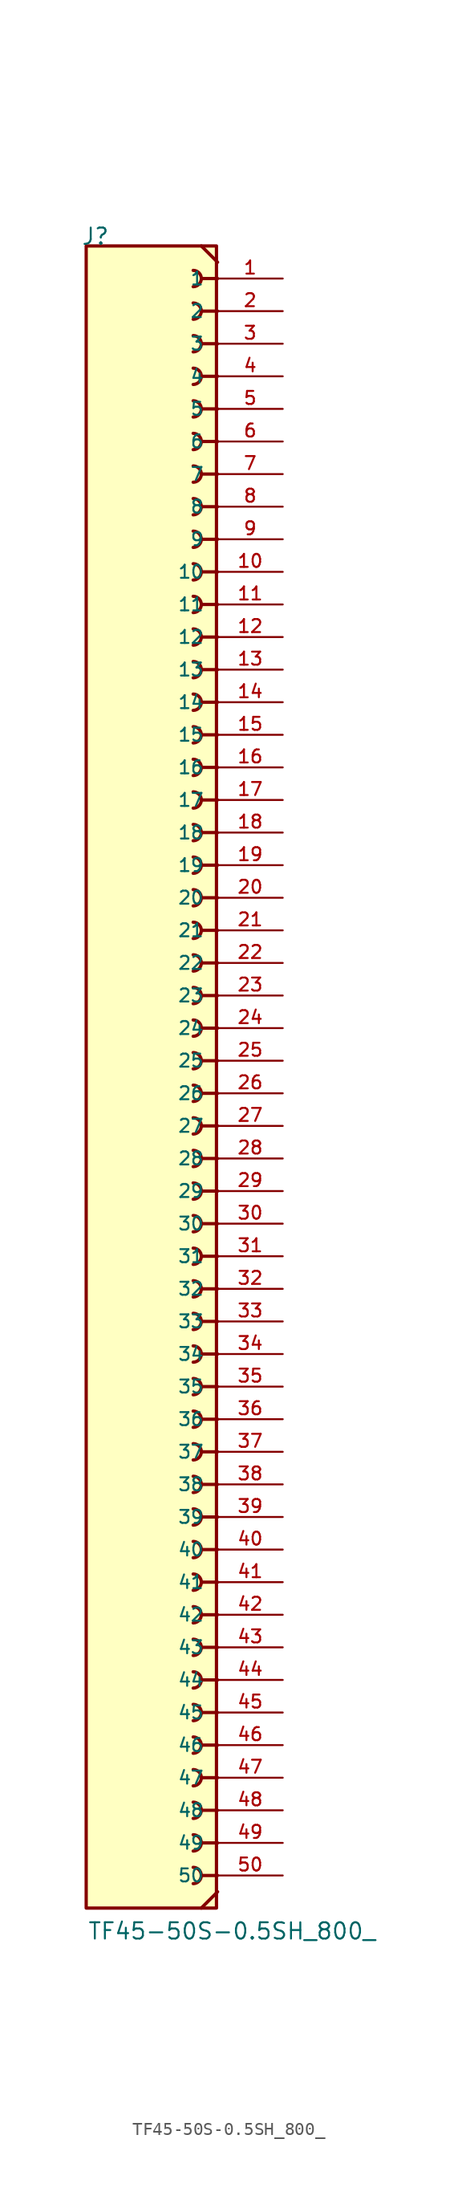
<source format=kicad_sym>
(kicad_symbol_lib
  (version 20211014)
  (generator kicad_symbol_editor)
  (symbol "TF45-50S-0.5SH_800_"
    (pin_names
      (offset 1.016))
    (property "Reference" "J"
      (at -5.58 66.04 0)
      (effects (font (size 1.27 1.27)) (justify left bottom)))
    (property "Value" "TF45-50S-0.5SH_800_"
      (at -5.08 -66.04 0)
      (effects (font (size 1.27 1.27)) (justify left bottom)))
    (symbol "TF45-50S-0.5SH_800__0_0"
      (rectangle (start -5.168 -63.5) (end 4.992 66.04) (stroke (width 0.254) (type default) (color 0 0 0 0)) (fill (type background)))
      (polyline (pts (xy 3.81 66.04) (xy 5.08 64.77)) (stroke (width 0.254) (type default) (color 0 0 0 0)) (fill (type none)))
      (polyline (pts (xy 5.08 -62.23) (xy 3.81 -63.5)) (stroke (width 0.254) (type default) (color 0 0 0 0)) (fill (type none)))
      (polyline (pts (xy 5.08 -60.96) (xy 3.81 -60.96)) (stroke (width 0.254) (type default) (color 0 0 0 0)) (fill (type none)))
      (polyline (pts (xy 5.08 -58.42) (xy 3.81 -58.42)) (stroke (width 0.254) (type default) (color 0 0 0 0)) (fill (type none)))
      (polyline (pts (xy 5.08 -55.88) (xy 3.81 -55.88)) (stroke (width 0.254) (type default) (color 0 0 0 0)) (fill (type none)))
      (polyline (pts (xy 5.08 -53.34) (xy 3.81 -53.34)) (stroke (width 0.254) (type default) (color 0 0 0 0)) (fill (type none)))
      (polyline (pts (xy 5.08 -50.8) (xy 3.81 -50.8)) (stroke (width 0.254) (type default) (color 0 0 0 0)) (fill (type none)))
      (polyline (pts (xy 5.08 -48.26) (xy 3.81 -48.26)) (stroke (width 0.254) (type default) (color 0 0 0 0)) (fill (type none)))
      (polyline (pts (xy 5.08 -45.72) (xy 3.81 -45.72)) (stroke (width 0.254) (type default) (color 0 0 0 0)) (fill (type none)))
      (polyline (pts (xy 5.08 -43.18) (xy 3.81 -43.18)) (stroke (width 0.254) (type default) (color 0 0 0 0)) (fill (type none)))
      (polyline (pts (xy 5.08 -40.64) (xy 3.81 -40.64)) (stroke (width 0.254) (type default) (color 0 0 0 0)) (fill (type none)))
      (polyline (pts (xy 5.08 -38.1) (xy 3.81 -38.1)) (stroke (width 0.254) (type default) (color 0 0 0 0)) (fill (type none)))
      (polyline (pts (xy 5.08 -35.56) (xy 3.81 -35.56)) (stroke (width 0.254) (type default) (color 0 0 0 0)) (fill (type none)))
      (polyline (pts (xy 5.08 -33.02) (xy 3.81 -33.02)) (stroke (width 0.254) (type default) (color 0 0 0 0)) (fill (type none)))
      (polyline (pts (xy 5.08 -30.48) (xy 3.81 -30.48)) (stroke (width 0.254) (type default) (color 0 0 0 0)) (fill (type none)))
      (polyline (pts (xy 5.08 -27.94) (xy 3.81 -27.94)) (stroke (width 0.254) (type default) (color 0 0 0 0)) (fill (type none)))
      (polyline (pts (xy 5.08 -25.4) (xy 3.81 -25.4)) (stroke (width 0.254) (type default) (color 0 0 0 0)) (fill (type none)))
      (polyline (pts (xy 5.08 -22.86) (xy 3.81 -22.86)) (stroke (width 0.254) (type default) (color 0 0 0 0)) (fill (type none)))
      (polyline (pts (xy 5.08 -20.32) (xy 3.81 -20.32)) (stroke (width 0.254) (type default) (color 0 0 0 0)) (fill (type none)))
      (polyline (pts (xy 5.08 -17.78) (xy 3.81 -17.78)) (stroke (width 0.254) (type default) (color 0 0 0 0)) (fill (type none)))
      (polyline (pts (xy 5.08 -15.24) (xy 3.81 -15.24)) (stroke (width 0.254) (type default) (color 0 0 0 0)) (fill (type none)))
      (polyline (pts (xy 5.08 -12.7) (xy 3.81 -12.7)) (stroke (width 0.254) (type default) (color 0 0 0 0)) (fill (type none)))
      (polyline (pts (xy 5.08 -10.16) (xy 3.81 -10.16)) (stroke (width 0.254) (type default) (color 0 0 0 0)) (fill (type none)))
      (polyline (pts (xy 5.08 -7.62) (xy 3.81 -7.62)) (stroke (width 0.254) (type default) (color 0 0 0 0)) (fill (type none)))
      (polyline (pts (xy 5.08 -5.08) (xy 3.81 -5.08)) (stroke (width 0.254) (type default) (color 0 0 0 0)) (fill (type none)))
      (polyline (pts (xy 5.08 -2.54) (xy 3.81 -2.54)) (stroke (width 0.254) (type default) (color 0 0 0 0)) (fill (type none)))
      (polyline (pts (xy 5.08 0) (xy 3.81 0)) (stroke (width 0.254) (type default) (color 0 0 0 0)) (fill (type none)))
      (polyline (pts (xy 5.08 2.54) (xy 3.81 2.54)) (stroke (width 0.254) (type default) (color 0 0 0 0)) (fill (type none)))
      (polyline (pts (xy 5.08 5.08) (xy 3.81 5.08)) (stroke (width 0.254) (type default) (color 0 0 0 0)) (fill (type none)))
      (polyline (pts (xy 5.08 7.62) (xy 3.81 7.62)) (stroke (width 0.254) (type default) (color 0 0 0 0)) (fill (type none)))
      (polyline (pts (xy 5.08 10.16) (xy 3.81 10.16)) (stroke (width 0.254) (type default) (color 0 0 0 0)) (fill (type none)))
      (polyline (pts (xy 5.08 12.7) (xy 3.81 12.7)) (stroke (width 0.254) (type default) (color 0 0 0 0)) (fill (type none)))
      (polyline (pts (xy 5.08 15.24) (xy 3.81 15.24)) (stroke (width 0.254) (type default) (color 0 0 0 0)) (fill (type none)))
      (polyline (pts (xy 5.08 17.78) (xy 3.81 17.78)) (stroke (width 0.254) (type default) (color 0 0 0 0)) (fill (type none)))
      (polyline (pts (xy 5.08 20.32) (xy 3.81 20.32)) (stroke (width 0.254) (type default) (color 0 0 0 0)) (fill (type none)))
      (polyline (pts (xy 5.08 22.86) (xy 3.81 22.86)) (stroke (width 0.254) (type default) (color 0 0 0 0)) (fill (type none)))
      (polyline (pts (xy 5.08 25.4) (xy 3.81 25.4)) (stroke (width 0.254) (type default) (color 0 0 0 0)) (fill (type none)))
      (polyline (pts (xy 5.08 27.94) (xy 3.81 27.94)) (stroke (width 0.254) (type default) (color 0 0 0 0)) (fill (type none)))
      (polyline (pts (xy 5.08 30.48) (xy 3.81 30.48)) (stroke (width 0.254) (type default) (color 0 0 0 0)) (fill (type none)))
      (polyline (pts (xy 5.08 33.02) (xy 3.81 33.02)) (stroke (width 0.254) (type default) (color 0 0 0 0)) (fill (type none)))
      (polyline (pts (xy 5.08 35.56) (xy 3.81 35.56)) (stroke (width 0.254) (type default) (color 0 0 0 0)) (fill (type none)))
      (polyline (pts (xy 5.08 38.1) (xy 3.81 38.1)) (stroke (width 0.254) (type default) (color 0 0 0 0)) (fill (type none)))
      (polyline (pts (xy 5.08 40.64) (xy 3.81 40.64)) (stroke (width 0.254) (type default) (color 0 0 0 0)) (fill (type none)))
      (polyline (pts (xy 5.08 43.18) (xy 3.81 43.18)) (stroke (width 0.254) (type default) (color 0 0 0 0)) (fill (type none)))
      (polyline (pts (xy 5.08 45.72) (xy 3.81 45.72)) (stroke (width 0.254) (type default) (color 0 0 0 0)) (fill (type none)))
      (polyline (pts (xy 5.08 48.26) (xy 3.81 48.26)) (stroke (width 0.254) (type default) (color 0 0 0 0)) (fill (type none)))
      (polyline (pts (xy 5.08 50.8) (xy 3.81 50.8)) (stroke (width 0.254) (type default) (color 0 0 0 0)) (fill (type none)))
      (polyline (pts (xy 5.08 53.34) (xy 3.81 53.34)) (stroke (width 0.254) (type default) (color 0 0 0 0)) (fill (type none)))
      (polyline (pts (xy 5.08 55.88) (xy 3.81 55.88)) (stroke (width 0.254) (type default) (color 0 0 0 0)) (fill (type none)))
      (polyline (pts (xy 5.08 58.42) (xy 3.81 58.42)) (stroke (width 0.254) (type default) (color 0 0 0 0)) (fill (type none)))
      (polyline (pts (xy 5.08 60.96) (xy 3.81 60.96)) (stroke (width 0.254) (type default) (color 0 0 0 0)) (fill (type none)))
      (polyline (pts (xy 5.08 63.5) (xy 3.81 63.5)) (stroke (width 0.254) (type default) (color 0 0 0 0)) (fill (type none)))
      (arc (start 3.175 -61.595) (mid 3.81 -60.96) (end 3.175 -60.325) (stroke (width 0.254) (type default) (color 0 0 0 0)) (fill (type none)))
      (arc (start 3.175 -59.055) (mid 3.81 -58.42) (end 3.175 -57.785) (stroke (width 0.254) (type default) (color 0 0 0 0)) (fill (type none)))
      (arc (start 3.175 -56.515) (mid 3.81 -55.88) (end 3.175 -55.245) (stroke (width 0.254) (type default) (color 0 0 0 0)) (fill (type none)))
      (arc (start 3.175 -53.975) (mid 3.81 -53.34) (end 3.175 -52.705) (stroke (width 0.254) (type default) (color 0 0 0 0)) (fill (type none)))
      (arc (start 3.175 -51.435) (mid 3.81 -50.8) (end 3.175 -50.165) (stroke (width 0.254) (type default) (color 0 0 0 0)) (fill (type none)))
      (arc (start 3.175 -48.895) (mid 3.81 -48.26) (end 3.175 -47.625) (stroke (width 0.254) (type default) (color 0 0 0 0)) (fill (type none)))
      (arc (start 3.175 -46.355) (mid 3.81 -45.72) (end 3.175 -45.085) (stroke (width 0.254) (type default) (color 0 0 0 0)) (fill (type none)))
      (arc (start 3.175 -43.815) (mid 3.81 -43.18) (end 3.175 -42.545) (stroke (width 0.254) (type default) (color 0 0 0 0)) (fill (type none)))
      (arc (start 3.175 -41.275) (mid 3.81 -40.64) (end 3.175 -40.005) (stroke (width 0.254) (type default) (color 0 0 0 0)) (fill (type none)))
      (arc (start 3.175 -38.735) (mid 3.81 -38.1) (end 3.175 -37.465) (stroke (width 0.254) (type default) (color 0 0 0 0)) (fill (type none)))
      (arc (start 3.175 -36.195) (mid 3.81 -35.56) (end 3.175 -34.925) (stroke (width 0.254) (type default) (color 0 0 0 0)) (fill (type none)))
      (arc (start 3.175 -33.655) (mid 3.81 -33.02) (end 3.175 -32.385) (stroke (width 0.254) (type default) (color 0 0 0 0)) (fill (type none)))
      (arc (start 3.175 -31.115) (mid 3.81 -30.48) (end 3.175 -29.845) (stroke (width 0.254) (type default) (color 0 0 0 0)) (fill (type none)))
      (arc (start 3.175 -28.575) (mid 3.81 -27.94) (end 3.175 -27.305) (stroke (width 0.254) (type default) (color 0 0 0 0)) (fill (type none)))
      (arc (start 3.175 -26.035) (mid 3.81 -25.4) (end 3.175 -24.765) (stroke (width 0.254) (type default) (color 0 0 0 0)) (fill (type none)))
      (arc (start 3.175 -23.495) (mid 3.81 -22.86) (end 3.175 -22.225) (stroke (width 0.254) (type default) (color 0 0 0 0)) (fill (type none)))
      (arc (start 3.175 -20.955) (mid 3.81 -20.32) (end 3.175 -19.685) (stroke (width 0.254) (type default) (color 0 0 0 0)) (fill (type none)))
      (arc (start 3.175 -18.415) (mid 3.81 -17.78) (end 3.175 -17.145) (stroke (width 0.254) (type default) (color 0 0 0 0)) (fill (type none)))
      (arc (start 3.175 -15.875) (mid 3.81 -15.24) (end 3.175 -14.605) (stroke (width 0.254) (type default) (color 0 0 0 0)) (fill (type none)))
      (arc (start 3.175 -13.335) (mid 3.81 -12.7) (end 3.175 -12.065) (stroke (width 0.254) (type default) (color 0 0 0 0)) (fill (type none)))
      (arc (start 3.175 -10.795) (mid 3.81 -10.16) (end 3.175 -9.525) (stroke (width 0.254) (type default) (color 0 0 0 0)) (fill (type none)))
      (arc (start 3.175 -8.255) (mid 3.81 -7.62) (end 3.175 -6.985) (stroke (width 0.254) (type default) (color 0 0 0 0)) (fill (type none)))
      (arc (start 3.175 -5.715) (mid 3.81 -5.08) (end 3.175 -4.445) (stroke (width 0.254) (type default) (color 0 0 0 0)) (fill (type none)))
      (arc (start 3.175 -3.175) (mid 3.81 -2.54) (end 3.175 -1.905) (stroke (width 0.254) (type default) (color 0 0 0 0)) (fill (type none)))
      (arc (start 3.175 -0.635) (mid 3.81 0) (end 3.175 0.635) (stroke (width 0.254) (type default) (color 0 0 0 0)) (fill (type none)))
      (arc (start 3.175 1.905) (mid 3.81 2.54) (end 3.175 3.175) (stroke (width 0.254) (type default) (color 0 0 0 0)) (fill (type none)))
      (arc (start 3.175 4.445) (mid 3.81 5.08) (end 3.175 5.715) (stroke (width 0.254) (type default) (color 0 0 0 0)) (fill (type none)))
      (arc (start 3.175 6.985) (mid 3.81 7.62) (end 3.175 8.255) (stroke (width 0.254) (type default) (color 0 0 0 0)) (fill (type none)))
      (arc (start 3.175 9.525) (mid 3.81 10.16) (end 3.175 10.795) (stroke (width 0.254) (type default) (color 0 0 0 0)) (fill (type none)))
      (arc (start 3.175 12.065) (mid 3.81 12.7) (end 3.175 13.335) (stroke (width 0.254) (type default) (color 0 0 0 0)) (fill (type none)))
      (arc (start 3.175 14.605) (mid 3.81 15.24) (end 3.175 15.875) (stroke (width 0.254) (type default) (color 0 0 0 0)) (fill (type none)))
      (arc (start 3.175 17.145) (mid 3.81 17.78) (end 3.175 18.415) (stroke (width 0.254) (type default) (color 0 0 0 0)) (fill (type none)))
      (arc (start 3.175 19.685) (mid 3.81 20.32) (end 3.175 20.955) (stroke (width 0.254) (type default) (color 0 0 0 0)) (fill (type none)))
      (arc (start 3.175 22.225) (mid 3.81 22.86) (end 3.175 23.495) (stroke (width 0.254) (type default) (color 0 0 0 0)) (fill (type none)))
      (arc (start 3.175 24.765) (mid 3.81 25.4) (end 3.175 26.035) (stroke (width 0.254) (type default) (color 0 0 0 0)) (fill (type none)))
      (arc (start 3.175 27.305) (mid 3.81 27.94) (end 3.175 28.575) (stroke (width 0.254) (type default) (color 0 0 0 0)) (fill (type none)))
      (arc (start 3.175 29.845) (mid 3.81 30.48) (end 3.175 31.115) (stroke (width 0.254) (type default) (color 0 0 0 0)) (fill (type none)))
      (arc (start 3.175 32.385) (mid 3.81 33.02) (end 3.175 33.655) (stroke (width 0.254) (type default) (color 0 0 0 0)) (fill (type none)))
      (arc (start 3.175 34.925) (mid 3.81 35.56) (end 3.175 36.195) (stroke (width 0.254) (type default) (color 0 0 0 0)) (fill (type none)))
      (arc (start 3.175 37.465) (mid 3.81 38.1) (end 3.175 38.735) (stroke (width 0.254) (type default) (color 0 0 0 0)) (fill (type none)))
      (arc (start 3.175 40.005) (mid 3.81 40.64) (end 3.175 41.275) (stroke (width 0.254) (type default) (color 0 0 0 0)) (fill (type none)))
      (arc (start 3.175 42.545) (mid 3.81 43.18) (end 3.175 43.815) (stroke (width 0.254) (type default) (color 0 0 0 0)) (fill (type none)))
      (arc (start 3.175 45.085) (mid 3.81 45.72) (end 3.175 46.355) (stroke (width 0.254) (type default) (color 0 0 0 0)) (fill (type none)))
      (arc (start 3.175 47.625) (mid 3.81 48.26) (end 3.175 48.895) (stroke (width 0.254) (type default) (color 0 0 0 0)) (fill (type none)))
      (arc (start 3.175 50.165) (mid 3.81 50.8) (end 3.175 51.435) (stroke (width 0.254) (type default) (color 0 0 0 0)) (fill (type none)))
      (arc (start 3.175 52.705) (mid 3.81 53.34) (end 3.175 53.975) (stroke (width 0.254) (type default) (color 0 0 0 0)) (fill (type none)))
      (arc (start 3.175 55.245) (mid 3.81 55.88) (end 3.175 56.515) (stroke (width 0.254) (type default) (color 0 0 0 0)) (fill (type none)))
      (arc (start 3.175 57.785) (mid 3.81 58.42) (end 3.175 59.055) (stroke (width 0.254) (type default) (color 0 0 0 0)) (fill (type none)))
      (arc (start 3.175 60.325) (mid 3.81 60.96) (end 3.175 61.595) (stroke (width 0.254) (type default) (color 0 0 0 0)) (fill (type none)))
      (arc (start 3.175 62.865) (mid 3.81 63.5) (end 3.175 64.135) (stroke (width 0.254) (type default) (color 0 0 0 0)) (fill (type none)))
      (pin passive line (at 10.16 63.5 180) (length 5.08) (name "1" (effects (font (size 1.016 1.016)))) (number "1" (effects (font (size 1.016 1.016)))))
      (pin passive line (at 10.16 40.64 180) (length 5.08) (name "10" (effects (font (size 1.016 1.016)))) (number "10" (effects (font (size 1.016 1.016)))))
      (pin passive line (at 10.16 38.1 180) (length 5.08) (name "11" (effects (font (size 1.016 1.016)))) (number "11" (effects (font (size 1.016 1.016)))))
      (pin passive line (at 10.16 35.56 180) (length 5.08) (name "12" (effects (font (size 1.016 1.016)))) (number "12" (effects (font (size 1.016 1.016)))))
      (pin passive line (at 10.16 33.02 180) (length 5.08) (name "13" (effects (font (size 1.016 1.016)))) (number "13" (effects (font (size 1.016 1.016)))))
      (pin passive line (at 10.16 30.48 180) (length 5.08) (name "14" (effects (font (size 1.016 1.016)))) (number "14" (effects (font (size 1.016 1.016)))))
      (pin passive line (at 10.16 27.94 180) (length 5.08) (name "15" (effects (font (size 1.016 1.016)))) (number "15" (effects (font (size 1.016 1.016)))))
      (pin passive line (at 10.16 25.4 180) (length 5.08) (name "16" (effects (font (size 1.016 1.016)))) (number "16" (effects (font (size 1.016 1.016)))))
      (pin passive line (at 10.16 22.86 180) (length 5.08) (name "17" (effects (font (size 1.016 1.016)))) (number "17" (effects (font (size 1.016 1.016)))))
      (pin passive line (at 10.16 20.32 180) (length 5.08) (name "18" (effects (font (size 1.016 1.016)))) (number "18" (effects (font (size 1.016 1.016)))))
      (pin passive line (at 10.16 17.78 180) (length 5.08) (name "19" (effects (font (size 1.016 1.016)))) (number "19" (effects (font (size 1.016 1.016)))))
      (pin passive line (at 10.16 60.96 180) (length 5.08) (name "2" (effects (font (size 1.016 1.016)))) (number "2" (effects (font (size 1.016 1.016)))))
      (pin passive line (at 10.16 15.24 180) (length 5.08) (name "20" (effects (font (size 1.016 1.016)))) (number "20" (effects (font (size 1.016 1.016)))))
      (pin passive line (at 10.16 12.7 180) (length 5.08) (name "21" (effects (font (size 1.016 1.016)))) (number "21" (effects (font (size 1.016 1.016)))))
      (pin passive line (at 10.16 10.16 180) (length 5.08) (name "22" (effects (font (size 1.016 1.016)))) (number "22" (effects (font (size 1.016 1.016)))))
      (pin passive line (at 10.16 7.62 180) (length 5.08) (name "23" (effects (font (size 1.016 1.016)))) (number "23" (effects (font (size 1.016 1.016)))))
      (pin passive line (at 10.16 5.08 180) (length 5.08) (name "24" (effects (font (size 1.016 1.016)))) (number "24" (effects (font (size 1.016 1.016)))))
      (pin passive line (at 10.16 2.54 180) (length 5.08) (name "25" (effects (font (size 1.016 1.016)))) (number "25" (effects (font (size 1.016 1.016)))))
      (pin passive line (at 10.16 0 180) (length 5.08) (name "26" (effects (font (size 1.016 1.016)))) (number "26" (effects (font (size 1.016 1.016)))))
      (pin passive line (at 10.16 -2.54 180) (length 5.08) (name "27" (effects (font (size 1.016 1.016)))) (number "27" (effects (font (size 1.016 1.016)))))
      (pin passive line (at 10.16 -5.08 180) (length 5.08) (name "28" (effects (font (size 1.016 1.016)))) (number "28" (effects (font (size 1.016 1.016)))))
      (pin passive line (at 10.16 -7.62 180) (length 5.08) (name "29" (effects (font (size 1.016 1.016)))) (number "29" (effects (font (size 1.016 1.016)))))
      (pin passive line (at 10.16 58.42 180) (length 5.08) (name "3" (effects (font (size 1.016 1.016)))) (number "3" (effects (font (size 1.016 1.016)))))
      (pin passive line (at 10.16 -10.16 180) (length 5.08) (name "30" (effects (font (size 1.016 1.016)))) (number "30" (effects (font (size 1.016 1.016)))))
      (pin passive line (at 10.16 -12.7 180) (length 5.08) (name "31" (effects (font (size 1.016 1.016)))) (number "31" (effects (font (size 1.016 1.016)))))
      (pin passive line (at 10.16 -15.24 180) (length 5.08) (name "32" (effects (font (size 1.016 1.016)))) (number "32" (effects (font (size 1.016 1.016)))))
      (pin passive line (at 10.16 -17.78 180) (length 5.08) (name "33" (effects (font (size 1.016 1.016)))) (number "33" (effects (font (size 1.016 1.016)))))
      (pin passive line (at 10.16 -20.32 180) (length 5.08) (name "34" (effects (font (size 1.016 1.016)))) (number "34" (effects (font (size 1.016 1.016)))))
      (pin passive line (at 10.16 -22.86 180) (length 5.08) (name "35" (effects (font (size 1.016 1.016)))) (number "35" (effects (font (size 1.016 1.016)))))
      (pin passive line (at 10.16 -25.4 180) (length 5.08) (name "36" (effects (font (size 1.016 1.016)))) (number "36" (effects (font (size 1.016 1.016)))))
      (pin passive line (at 10.16 -27.94 180) (length 5.08) (name "37" (effects (font (size 1.016 1.016)))) (number "37" (effects (font (size 1.016 1.016)))))
      (pin passive line (at 10.16 -30.48 180) (length 5.08) (name "38" (effects (font (size 1.016 1.016)))) (number "38" (effects (font (size 1.016 1.016)))))
      (pin passive line (at 10.16 -33.02 180) (length 5.08) (name "39" (effects (font (size 1.016 1.016)))) (number "39" (effects (font (size 1.016 1.016)))))
      (pin passive line (at 10.16 55.88 180) (length 5.08) (name "4" (effects (font (size 1.016 1.016)))) (number "4" (effects (font (size 1.016 1.016)))))
      (pin passive line (at 10.16 -35.56 180) (length 5.08) (name "40" (effects (font (size 1.016 1.016)))) (number "40" (effects (font (size 1.016 1.016)))))
      (pin passive line (at 10.16 -38.1 180) (length 5.08) (name "41" (effects (font (size 1.016 1.016)))) (number "41" (effects (font (size 1.016 1.016)))))
      (pin passive line (at 10.16 -40.64 180) (length 5.08) (name "42" (effects (font (size 1.016 1.016)))) (number "42" (effects (font (size 1.016 1.016)))))
      (pin passive line (at 10.16 -43.18 180) (length 5.08) (name "43" (effects (font (size 1.016 1.016)))) (number "43" (effects (font (size 1.016 1.016)))))
      (pin passive line (at 10.16 -45.72 180) (length 5.08) (name "44" (effects (font (size 1.016 1.016)))) (number "44" (effects (font (size 1.016 1.016)))))
      (pin passive line (at 10.16 -48.26 180) (length 5.08) (name "45" (effects (font (size 1.016 1.016)))) (number "45" (effects (font (size 1.016 1.016)))))
      (pin passive line (at 10.16 -50.8 180) (length 5.08) (name "46" (effects (font (size 1.016 1.016)))) (number "46" (effects (font (size 1.016 1.016)))))
      (pin passive line (at 10.16 -53.34 180) (length 5.08) (name "47" (effects (font (size 1.016 1.016)))) (number "47" (effects (font (size 1.016 1.016)))))
      (pin passive line (at 10.16 -55.88 180) (length 5.08) (name "48" (effects (font (size 1.016 1.016)))) (number "48" (effects (font (size 1.016 1.016)))))
      (pin passive line (at 10.16 -58.42 180) (length 5.08) (name "49" (effects (font (size 1.016 1.016)))) (number "49" (effects (font (size 1.016 1.016)))))
      (pin passive line (at 10.16 53.34 180) (length 5.08) (name "5" (effects (font (size 1.016 1.016)))) (number "5" (effects (font (size 1.016 1.016)))))
      (pin passive line (at 10.16 -60.96 180) (length 5.08) (name "50" (effects (font (size 1.016 1.016)))) (number "50" (effects (font (size 1.016 1.016)))))
      (pin passive line (at 10.16 50.8 180) (length 5.08) (name "6" (effects (font (size 1.016 1.016)))) (number "6" (effects (font (size 1.016 1.016)))))
      (pin passive line (at 10.16 48.26 180) (length 5.08) (name "7" (effects (font (size 1.016 1.016)))) (number "7" (effects (font (size 1.016 1.016)))))
      (pin passive line (at 10.16 45.72 180) (length 5.08) (name "8" (effects (font (size 1.016 1.016)))) (number "8" (effects (font (size 1.016 1.016)))))
      (pin passive line (at 10.16 43.18 180) (length 5.08) (name "9" (effects (font (size 1.016 1.016)))) (number "9" (effects (font (size 1.016 1.016))))))))
</source>
